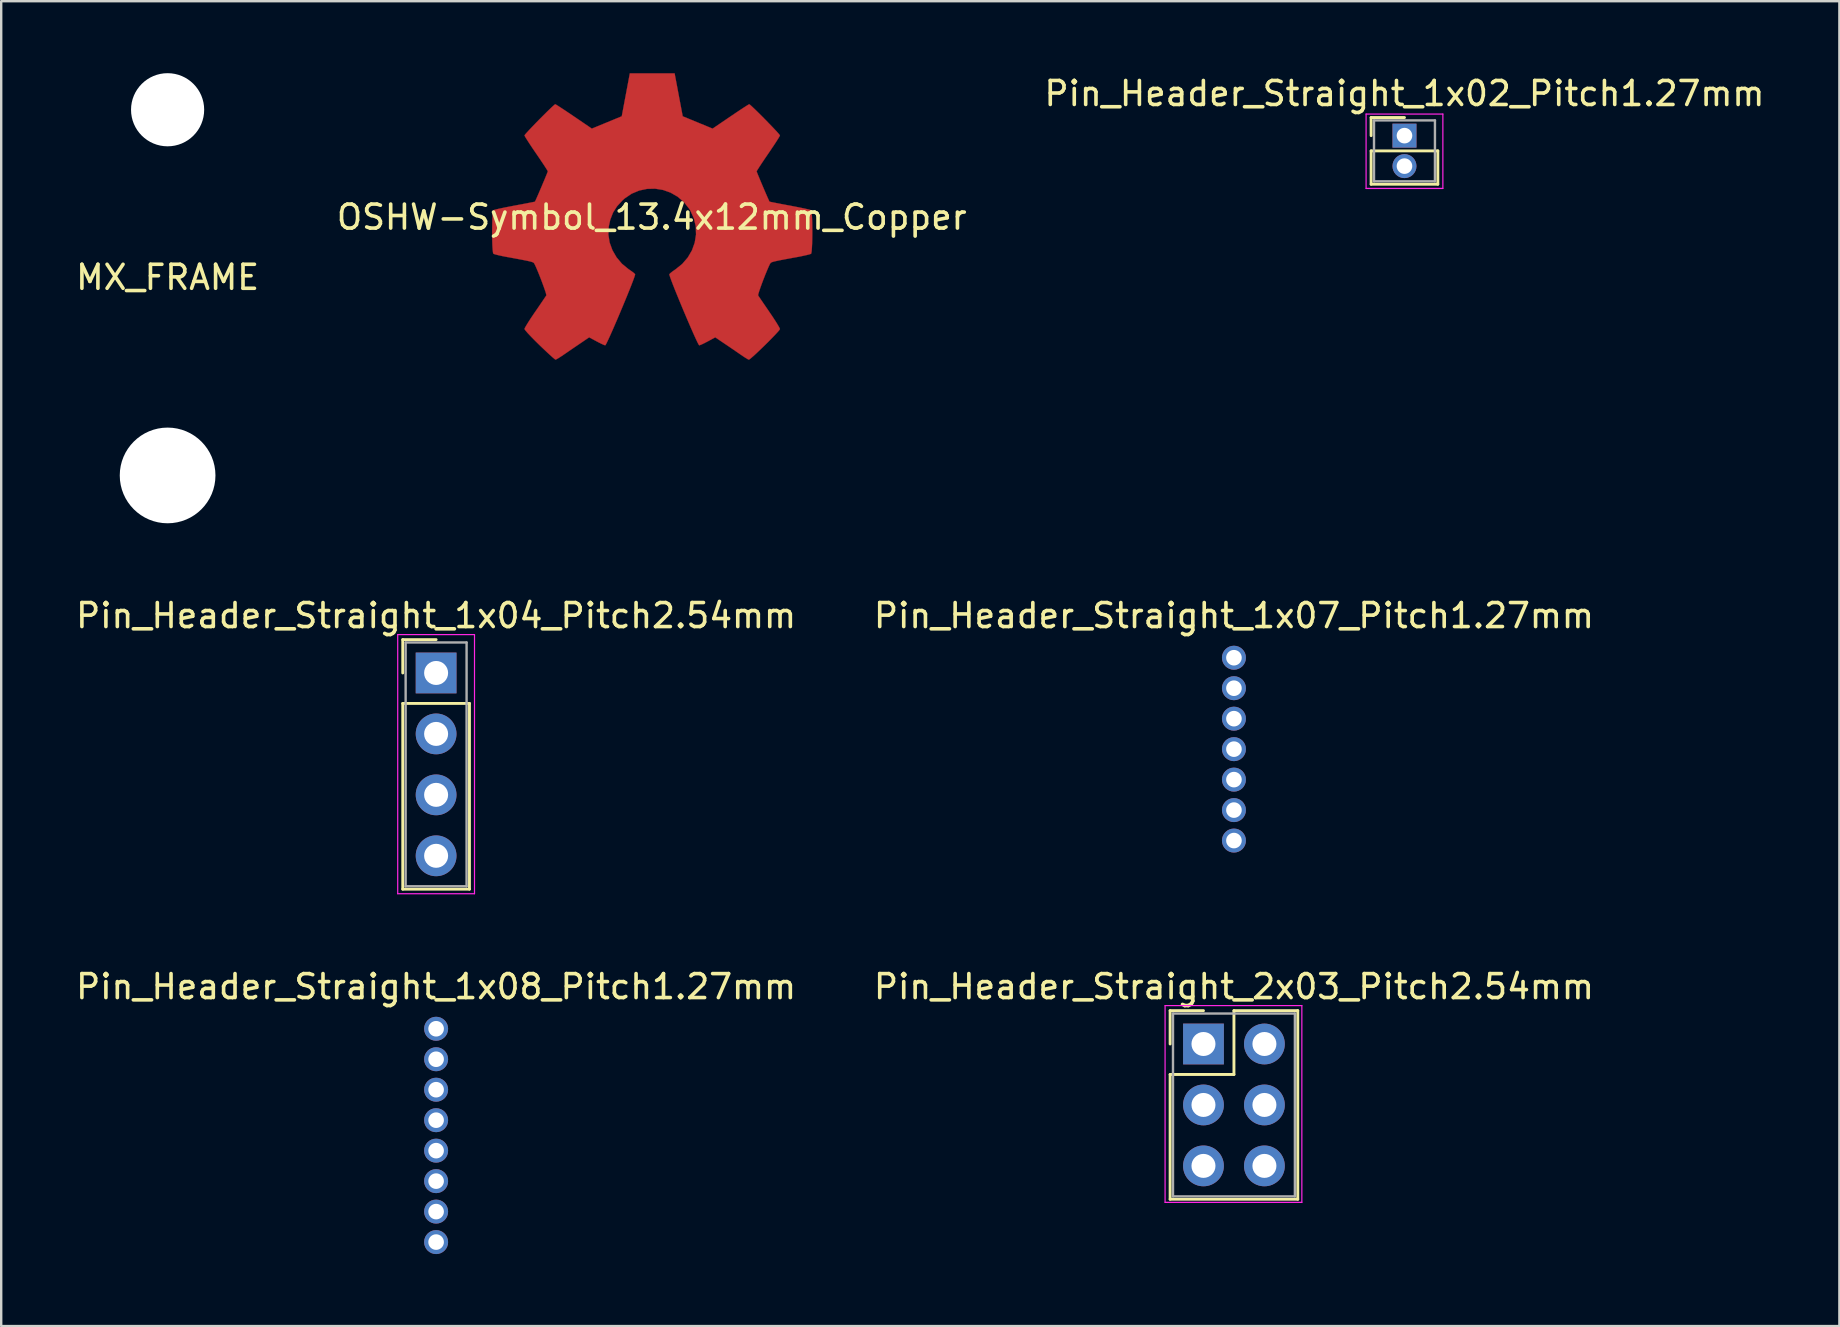
<source format=kicad_pcb>
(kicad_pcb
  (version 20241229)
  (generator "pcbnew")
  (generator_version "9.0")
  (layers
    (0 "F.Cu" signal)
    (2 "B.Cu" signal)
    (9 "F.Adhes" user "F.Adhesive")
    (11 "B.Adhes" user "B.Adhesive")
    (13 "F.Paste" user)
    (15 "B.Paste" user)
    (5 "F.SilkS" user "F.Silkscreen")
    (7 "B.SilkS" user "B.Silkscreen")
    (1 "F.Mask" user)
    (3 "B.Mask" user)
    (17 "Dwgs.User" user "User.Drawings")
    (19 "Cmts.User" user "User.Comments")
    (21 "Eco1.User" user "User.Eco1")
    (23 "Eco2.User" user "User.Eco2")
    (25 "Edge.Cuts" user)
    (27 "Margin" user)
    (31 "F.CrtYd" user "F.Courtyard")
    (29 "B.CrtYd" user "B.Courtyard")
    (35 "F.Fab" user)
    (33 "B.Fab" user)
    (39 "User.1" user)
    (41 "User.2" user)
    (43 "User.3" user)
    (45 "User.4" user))
  (footprint "Pin_Header_Straight_1x02_Pitch1.27mm"
    (layer "F.Cu")
    (at 55.482 2.603)
    (property "Reference" "Pin_Header_Straight_1x02_Pitch1.27mm" (at 0 -1.755 0) (layer "F.SilkS") (effects (font (size 1 1) (thickness 0.15))))
    (attr through_hole)
    (fp_line (start -1.39 -0.755) (end 0 -0.755) (stroke (width 0.12) (type solid)) (layer "F.SilkS"))
    (fp_line (start -1.39 0) (end -1.39 -0.755) (stroke (width 0.12) (type solid)) (layer "F.SilkS"))
    (fp_line (start -1.39 0.635) (end -1.39 2.025) (stroke (width 0.12) (type solid)) (layer "F.SilkS"))
    (fp_line (start -1.39 2.025) (end 1.39 2.025) (stroke (width 0.12) (type solid)) (layer "F.SilkS"))
    (fp_line (start 1.39 0.635) (end -1.39 0.635) (stroke (width 0.12) (type solid)) (layer "F.SilkS"))
    (fp_line (start 1.39 2.025) (end 1.39 0.635) (stroke (width 0.12) (type solid)) (layer "F.SilkS"))
    (fp_line (start -1.6 -0.9) (end -1.6 2.2) (stroke (width 0.05) (type solid)) (layer "F.CrtYd"))
    (fp_line (start -1.6 2.2) (end 1.6 2.2) (stroke (width 0.05) (type solid)) (layer "F.CrtYd"))
    (fp_line (start 1.6 -0.9) (end -1.6 -0.9) (stroke (width 0.05) (type solid)) (layer "F.CrtYd"))
    (fp_line (start 1.6 2.2) (end 1.6 -0.9) (stroke (width 0.05) (type solid)) (layer "F.CrtYd"))
    (fp_line (start -1.27 -0.635) (end -1.27 1.905) (stroke (width 0.1) (type solid)) (layer "F.Fab"))
    (fp_line (start -1.27 1.905) (end 1.27 1.905) (stroke (width 0.1) (type solid)) (layer "F.Fab"))
    (fp_line (start 1.27 -0.635) (end -1.27 -0.635) (stroke (width 0.1) (type solid)) (layer "F.Fab"))
    (fp_line (start 1.27 1.905) (end 1.27 -0.635) (stroke (width 0.1) (type solid)) (layer "F.Fab"))
    (pad "1" thru_hole rect (at 0 0) (size 1 1) (drill 0.65) (layers "*.Cu" "*.Mask"))
    (pad "2" thru_hole oval (at 0 1.27) (size 1 1) (drill 0.65) (layers "*.Cu" "*.Mask")))
  (footprint "OSHW-Symbol_13.4x12mm_Copper"
    (layer "F.Cu")
    (at 24.113 6)
    (property "Reference" "OSHW-Symbol_13.4x12mm_Copper" (at 0 0 0) (layer "F.SilkS") (effects (font (size 1 1) (thickness 0.15))))
    (attr exclude_from_pos_files exclude_from_bom)
    (fp_poly (pts (xy 1.12 -5.099) (xy 1.289 -4.204) (xy 1.912 -3.947) (xy 2.535 -3.69) (xy 3.282 -4.198) (xy 3.492 -4.34) (xy 3.681 -4.466) (xy 3.841 -4.571) (xy 3.964 -4.65) (xy 4.04 -4.696) (xy 4.06 -4.706) (xy 4.098 -4.681) (xy 4.177 -4.61) (xy 4.29 -4.503) (xy 4.428 -4.368) (xy 4.581 -4.216) (xy 4.741 -4.055) (xy 4.898 -3.893) (xy 5.045 -3.741) (xy 5.171 -3.607) (xy 5.268 -3.5) (xy 5.327 -3.429) (xy 5.341 -3.406) (xy 5.321 -3.362) (xy 5.264 -3.267) (xy 5.176 -3.128) (xy 5.063 -2.957) (xy 4.932 -2.762) (xy 4.856 -2.651) (xy 4.717 -2.447) (xy 4.594 -2.264) (xy 4.492 -2.109) (xy 4.418 -1.993) (xy 4.376 -1.924) (xy 4.37 -1.909) (xy 4.384 -1.868) (xy 4.422 -1.772) (xy 4.479 -1.634) (xy 4.548 -1.469) (xy 4.624 -1.289) (xy 4.701 -1.108) (xy 4.774 -0.94) (xy 4.836 -0.798) (xy 4.882 -0.696) (xy 4.906 -0.648) (xy 4.907 -0.646) (xy 4.945 -0.637) (xy 5.046 -0.616) (xy 5.2 -0.586) (xy 5.395 -0.548) (xy 5.622 -0.505) (xy 5.755 -0.481) (xy 5.998 -0.434) (xy 6.217 -0.39) (xy 6.402 -0.351) (xy 6.541 -0.319) (xy 6.623 -0.296) (xy 6.639 -0.289) (xy 6.656 -0.24) (xy 6.669 -0.129) (xy 6.679 0.03) (xy 6.686 0.226) (xy 6.689 0.444) (xy 6.69 0.672) (xy 6.687 0.897) (xy 6.682 1.106) (xy 6.673 1.286) (xy 6.662 1.424) (xy 6.647 1.507) (xy 6.638 1.525) (xy 6.586 1.546) (xy 6.474 1.575) (xy 6.318 1.61) (xy 6.133 1.648) (xy 6.069 1.66) (xy 5.757 1.717) (xy 5.511 1.763) (xy 5.322 1.799) (xy 5.183 1.829) (xy 5.084 1.852) (xy 5.018 1.872) (xy 4.978 1.89) (xy 4.953 1.907) (xy 4.95 1.911) (xy 4.916 1.967) (xy 4.865 2.077) (xy 4.801 2.226) (xy 4.729 2.401) (xy 4.655 2.59) (xy 4.584 2.778) (xy 4.521 2.953) (xy 4.471 3.1) (xy 4.439 3.207) (xy 4.431 3.259) (xy 4.432 3.261) (xy 4.46 3.304) (xy 4.524 3.399) (xy 4.616 3.535) (xy 4.732 3.704) (xy 4.862 3.894) (xy 4.899 3.949) (xy 5.032 4.145) (xy 5.149 4.324) (xy 5.243 4.475) (xy 5.309 4.589) (xy 5.34 4.655) (xy 5.341 4.663) (xy 5.316 4.706) (xy 5.244 4.79) (xy 5.136 4.907) (xy 5.001 5.047) (xy 4.848 5.202) (xy 4.685 5.363) (xy 4.524 5.519) (xy 4.371 5.664) (xy 4.238 5.786) (xy 4.132 5.878) (xy 4.064 5.931) (xy 4.045 5.939) (xy 4 5.919) (xy 3.91 5.865) (xy 3.788 5.786) (xy 3.695 5.722) (xy 3.525 5.605) (xy 3.324 5.467) (xy 3.122 5.33) (xy 3.013 5.257) (xy 2.646 5.008) (xy 2.338 5.175) (xy 2.197 5.248) (xy 2.078 5.305) (xy 1.997 5.337) (xy 1.977 5.341) (xy 1.952 5.308) (xy 1.903 5.214) (xy 1.834 5.068) (xy 1.748 4.879) (xy 1.649 4.655) (xy 1.54 4.405) (xy 1.426 4.137) (xy 1.309 3.861) (xy 1.194 3.585) (xy 1.084 3.317) (xy 0.982 3.067) (xy 0.893 2.842) (xy 0.82 2.652) (xy 0.767 2.506) (xy 0.737 2.411) (xy 0.732 2.379) (xy 0.77 2.338) (xy 0.854 2.27) (xy 0.966 2.191) (xy 0.976 2.185) (xy 1.266 1.953) (xy 1.5 1.682) (xy 1.675 1.382) (xy 1.79 1.06) (xy 1.844 0.725) (xy 1.833 0.386) (xy 1.755 0.052) (xy 1.61 -0.269) (xy 1.567 -0.34) (xy 1.344 -0.623) (xy 1.08 -0.851) (xy 0.786 -1.021) (xy 0.469 -1.134) (xy 0.139 -1.187) (xy -0.195 -1.179) (xy -0.523 -1.11) (xy -0.838 -0.978) (xy -1.129 -0.781) (xy -1.219 -0.701) (xy -1.448 -0.452) (xy -1.615 -0.189) (xy -1.73 0.105) (xy -1.794 0.397) (xy -1.809 0.725) (xy -1.757 1.055) (xy -1.641 1.375) (xy -1.468 1.674) (xy -1.243 1.942) (xy -0.971 2.166) (xy -0.935 2.19) (xy -0.822 2.268) (xy -0.736 2.335) (xy -0.694 2.378) (xy -0.694 2.379) (xy -0.703 2.425) (xy -0.738 2.531) (xy -0.795 2.686) (xy -0.872 2.884) (xy -0.964 3.114) (xy -1.067 3.368) (xy -1.179 3.638) (xy -1.295 3.915) (xy -1.411 4.19) (xy -1.525 4.455) (xy -1.632 4.701) (xy -1.729 4.919) (xy -1.812 5.1) (xy -1.877 5.237) (xy -1.921 5.32) (xy -1.939 5.341) (xy -1.994 5.325) (xy -2.096 5.279) (xy -2.228 5.213) (xy -2.3 5.175) (xy -2.609 5.008) (xy -2.976 5.257) (xy -3.163 5.384) (xy -3.369 5.524) (xy -3.561 5.656) (xy -3.657 5.722) (xy -3.793 5.813) (xy -3.907 5.885) (xy -3.986 5.929) (xy -4.012 5.938) (xy -4.049 5.913) (xy -4.132 5.843) (xy -4.252 5.735) (xy -4.401 5.597) (xy -4.572 5.435) (xy -4.68 5.331) (xy -4.868 5.146) (xy -5.031 4.98) (xy -5.162 4.841) (xy -5.254 4.736) (xy -5.301 4.671) (xy -5.305 4.658) (xy -5.284 4.608) (xy -5.227 4.508) (xy -5.139 4.366) (xy -5.028 4.194) (xy -4.899 4.002) (xy -4.862 3.949) (xy -4.728 3.754) (xy -4.608 3.578) (xy -4.509 3.432) (xy -4.437 3.325) (xy -4.398 3.267) (xy -4.394 3.261) (xy -4.4 3.215) (xy -4.429 3.113) (xy -4.478 2.97) (xy -4.54 2.798) (xy -4.61 2.61) (xy -4.684 2.421) (xy -4.756 2.243) (xy -4.821 2.091) (xy -4.874 1.976) (xy -4.91 1.914) (xy -4.913 1.911) (xy -4.935 1.893) (xy -4.972 1.875) (xy -5.032 1.856) (xy -5.124 1.833) (xy -5.255 1.805) (xy -5.434 1.77) (xy -5.668 1.726) (xy -5.967 1.671) (xy -6.031 1.66) (xy -6.223 1.623) (xy -6.39 1.586) (xy -6.517 1.554) (xy -6.591 1.53) (xy -6.601 1.525) (xy -6.617 1.475) (xy -6.63 1.364) (xy -6.641 1.204) (xy -6.648 1.008) (xy -6.652 0.79) (xy -6.653 0.562) (xy -6.65 0.337) (xy -6.645 0.128) (xy -6.637 -0.052) (xy -6.625 -0.189) (xy -6.611 -0.272) (xy -6.602 -0.289) (xy -6.553 -0.306) (xy -6.442 -0.334) (xy -6.279 -0.37) (xy -6.076 -0.412) (xy -5.844 -0.457) (xy -5.718 -0.481) (xy -5.478 -0.526) (xy -5.264 -0.566) (xy -5.086 -0.601) (xy -4.955 -0.627) (xy -4.882 -0.642) (xy -4.87 -0.646) (xy -4.85 -0.685) (xy -4.806 -0.78) (xy -4.746 -0.917) (xy -4.675 -1.082) (xy -4.598 -1.262) (xy -4.522 -1.443) (xy -4.451 -1.611) (xy -4.392 -1.755) (xy -4.351 -1.858) (xy -4.333 -1.909) (xy -4.333 -1.911) (xy -4.353 -1.951) (xy -4.41 -2.043) (xy -4.498 -2.178) (xy -4.611 -2.347) (xy -4.742 -2.541) (xy -4.819 -2.652) (xy -4.958 -2.856) (xy -5.081 -3.041) (xy -5.183 -3.198) (xy -5.258 -3.317) (xy -5.298 -3.39) (xy -5.304 -3.406) (xy -5.279 -3.444) (xy -5.209 -3.525) (xy -5.103 -3.64) (xy -4.971 -3.779) (xy -4.821 -3.935) (xy -4.662 -4.097) (xy -4.503 -4.257) (xy -4.353 -4.405) (xy -4.221 -4.533) (xy -4.115 -4.632) (xy -4.046 -4.692) (xy -4.022 -4.706) (xy -3.984 -4.686) (xy -3.894 -4.63) (xy -3.759 -4.542) (xy -3.589 -4.43) (xy -3.393 -4.298) (xy -3.245 -4.198) (xy -2.498 -3.69) (xy -1.874 -3.947) (xy -1.251 -4.204) (xy -0.914 -5.995) (xy 0.951 -5.995) (xy 1.12 -5.099)) (stroke (width 0.01) (type solid)) (fill yes) (layer "F.Cu")))
  (footprint "Pin_Header_Straight_1x07_Pitch1.27mm"
    (layer "F.Cu")
    (at 48.375 24.361)
    (property "Reference" "Pin_Header_Straight_1x07_Pitch1.27mm" (at 0 -1.755 0) (layer "F.SilkS") (effects (font (size 1 1) (thickness 0.15))))
    (attr through_hole)
    (pad "1" thru_hole circle (at 0 0) (size 1 1) (drill 0.65) (layers "*.Cu" "B.Mask"))
    (pad "2" thru_hole oval (at 0 1.27) (size 1 1) (drill 0.65) (layers "*.Cu" "B.Mask"))
    (pad "3" thru_hole oval (at 0 2.54) (size 1 1) (drill 0.65) (layers "*.Cu" "B.Mask"))
    (pad "4" thru_hole oval (at 0 3.81) (size 1 1) (drill 0.65) (layers "*.Cu" "B.Mask"))
    (pad "5" thru_hole oval (at 0 5.08) (size 1 1) (drill 0.65) (layers "*.Cu" "B.Mask"))
    (pad "6" thru_hole oval (at 0 6.35) (size 1 1) (drill 0.65) (layers "*.Cu" "B.Mask"))
    (pad "7" thru_hole oval (at 0 7.62) (size 1 1) (drill 0.65) (layers "*.Cu" "B.Mask")))
  (footprint "Pin_Header_Straight_1x04_Pitch2.54mm"
    (layer "F.Cu")
    (at 15.125 24.996)
    (property "Reference" "Pin_Header_Straight_1x04_Pitch2.54mm" (at 0 -2.39 0) (layer "F.SilkS") (effects (font (size 1 1) (thickness 0.15))))
    (attr through_hole)
    (fp_line (start -1.39 -1.39) (end 0 -1.39) (stroke (width 0.12) (type solid)) (layer "F.SilkS"))
    (fp_line (start -1.39 0) (end -1.39 -1.39) (stroke (width 0.12) (type solid)) (layer "F.SilkS"))
    (fp_line (start -1.39 1.27) (end -1.39 9.01) (stroke (width 0.12) (type solid)) (layer "F.SilkS"))
    (fp_line (start -1.39 9.01) (end 1.39 9.01) (stroke (width 0.12) (type solid)) (layer "F.SilkS"))
    (fp_line (start 1.39 1.27) (end -1.39 1.27) (stroke (width 0.12) (type solid)) (layer "F.SilkS"))
    (fp_line (start 1.39 9.01) (end 1.39 1.27) (stroke (width 0.12) (type solid)) (layer "F.SilkS"))
    (fp_line (start -1.6 -1.6) (end -1.6 9.2) (stroke (width 0.05) (type solid)) (layer "F.CrtYd"))
    (fp_line (start -1.6 9.2) (end 1.6 9.2) (stroke (width 0.05) (type solid)) (layer "F.CrtYd"))
    (fp_line (start 1.6 -1.6) (end -1.6 -1.6) (stroke (width 0.05) (type solid)) (layer "F.CrtYd"))
    (fp_line (start 1.6 9.2) (end 1.6 -1.6) (stroke (width 0.05) (type solid)) (layer "F.CrtYd"))
    (fp_line (start -1.27 -1.27) (end -1.27 8.89) (stroke (width 0.1) (type solid)) (layer "F.Fab"))
    (fp_line (start -1.27 8.89) (end 1.27 8.89) (stroke (width 0.1) (type solid)) (layer "F.Fab"))
    (fp_line (start 1.27 -1.27) (end -1.27 -1.27) (stroke (width 0.1) (type solid)) (layer "F.Fab"))
    (fp_line (start 1.27 8.89) (end 1.27 -1.27) (stroke (width 0.1) (type solid)) (layer "F.Fab"))
    (pad "1" thru_hole rect (at 0 0) (size 1.7 1.7) (drill 1) (layers "*.Cu" "*.Mask"))
    (pad "2" thru_hole oval (at 0 2.54) (size 1.7 1.7) (drill 1) (layers "*.Cu" "*.Mask"))
    (pad "3" thru_hole oval (at 0 5.08) (size 1.7 1.7) (drill 1) (layers "*.Cu" "*.Mask"))
    (pad "4" thru_hole oval (at 0 7.62) (size 1.7 1.7) (drill 1) (layers "*.Cu" "*.Mask")))
  (footprint "Pin_Header_Straight_1x08_Pitch1.27mm"
    (layer "F.Cu")
    (at 15.125 39.824)
    (property "Reference" "Pin_Header_Straight_1x08_Pitch1.27mm" (at 0 -1.755 0) (layer "F.SilkS") (effects (font (size 1 1) (thickness 0.15))))
    (attr through_hole)
    (pad "1" thru_hole circle (at 0 0) (size 1 1) (drill 0.65) (layers "*.Cu" "B.Mask"))
    (pad "2" thru_hole oval (at 0 1.27) (size 1 1) (drill 0.65) (layers "*.Cu" "B.Mask"))
    (pad "3" thru_hole oval (at 0 2.54) (size 1 1) (drill 0.65) (layers "*.Cu" "B.Mask"))
    (pad "4" thru_hole oval (at 0 3.81) (size 1 1) (drill 0.65) (layers "*.Cu" "B.Mask"))
    (pad "5" thru_hole oval (at 0 5.08) (size 1 1) (drill 0.65) (layers "*.Cu" "B.Mask"))
    (pad "6" thru_hole oval (at 0 6.35) (size 1 1) (drill 0.65) (layers "*.Cu" "B.Mask"))
    (pad "7" thru_hole oval (at 0 7.62) (size 1 1) (drill 0.65) (layers "*.Cu" "B.Mask"))
    (pad "8" thru_hole oval (at 0 8.89) (size 1 1) (drill 0.65) (layers "*.Cu" "B.Mask")))
  (footprint "MX_FRAME"
    (layer "F.Cu")
    (at 3.935 8.509)
    (property "Reference" "MX_FRAME" (at 0 0 0) (layer "F.SilkS") (effects (font (size 1 1) (thickness 0.15))))
    (attr through_hole)
    (pad "" np_thru_hole circle (at 0 -6.985) (size 3.048 3.048) (drill 3.048) (layers "*.Cu"))
    (pad "" np_thru_hole circle (at 0 8.255) (size 3.988 3.988) (drill 3.988) (layers "*.Cu")))
  (footprint "Pin_Header_Straight_2x03_Pitch2.54mm"
    (layer "F.Cu")
    (at 47.105 40.459)
    (property "Reference" "Pin_Header_Straight_2x03_Pitch2.54mm" (at 1.27 -2.39 0) (layer "F.SilkS") (effects (font (size 1 1) (thickness 0.15))))
    (attr through_hole)
    (fp_line (start -1.39 -1.39) (end 0 -1.39) (stroke (width 0.12) (type solid)) (layer "F.SilkS"))
    (fp_line (start -1.39 0) (end -1.39 -1.39) (stroke (width 0.12) (type solid)) (layer "F.SilkS"))
    (fp_line (start -1.39 1.27) (end -1.39 6.47) (stroke (width 0.12) (type solid)) (layer "F.SilkS"))
    (fp_line (start -1.39 6.47) (end 3.93 6.47) (stroke (width 0.12) (type solid)) (layer "F.SilkS"))
    (fp_line (start 1.27 -1.39) (end 1.27 1.27) (stroke (width 0.12) (type solid)) (layer "F.SilkS"))
    (fp_line (start 1.27 1.27) (end -1.39 1.27) (stroke (width 0.12) (type solid)) (layer "F.SilkS"))
    (fp_line (start 3.93 -1.39) (end 1.27 -1.39) (stroke (width 0.12) (type solid)) (layer "F.SilkS"))
    (fp_line (start 3.93 6.47) (end 3.93 -1.39) (stroke (width 0.12) (type solid)) (layer "F.SilkS"))
    (fp_line (start -1.6 -1.6) (end -1.6 6.6) (stroke (width 0.05) (type solid)) (layer "F.CrtYd"))
    (fp_line (start -1.6 6.6) (end 4.1 6.6) (stroke (width 0.05) (type solid)) (layer "F.CrtYd"))
    (fp_line (start 4.1 -1.6) (end -1.6 -1.6) (stroke (width 0.05) (type solid)) (layer "F.CrtYd"))
    (fp_line (start 4.1 6.6) (end 4.1 -1.6) (stroke (width 0.05) (type solid)) (layer "F.CrtYd"))
    (fp_line (start -1.27 -1.27) (end -1.27 6.35) (stroke (width 0.1) (type solid)) (layer "F.Fab"))
    (fp_line (start -1.27 6.35) (end 3.81 6.35) (stroke (width 0.1) (type solid)) (layer "F.Fab"))
    (fp_line (start 3.81 -1.27) (end -1.27 -1.27) (stroke (width 0.1) (type solid)) (layer "F.Fab"))
    (fp_line (start 3.81 6.35) (end 3.81 -1.27) (stroke (width 0.1) (type solid)) (layer "F.Fab"))
    (pad "1" thru_hole rect (at 0 0) (size 1.7 1.7) (drill 1) (layers "*.Cu" "*.Mask"))
    (pad "2" thru_hole oval (at 2.54 0) (size 1.7 1.7) (drill 1) (layers "*.Cu" "*.Mask"))
    (pad "3" thru_hole oval (at 0 2.54) (size 1.7 1.7) (drill 1) (layers "*.Cu" "*.Mask"))
    (pad "4" thru_hole oval (at 2.54 2.54) (size 1.7 1.7) (drill 1) (layers "*.Cu" "*.Mask"))
    (pad "5" thru_hole oval (at 0 5.08) (size 1.7 1.7) (drill 1) (layers "*.Cu" "*.Mask"))
    (pad "6" thru_hole oval (at 2.54 5.08) (size 1.7 1.7) (drill 1) (layers "*.Cu" "*.Mask")))
  (gr_rect
    (start -3 -3)
    (end 73.607 52.214)
    (stroke (width 0.1) (type default))
    (fill no)
    (layer "Edge.Cuts")))
</source>
